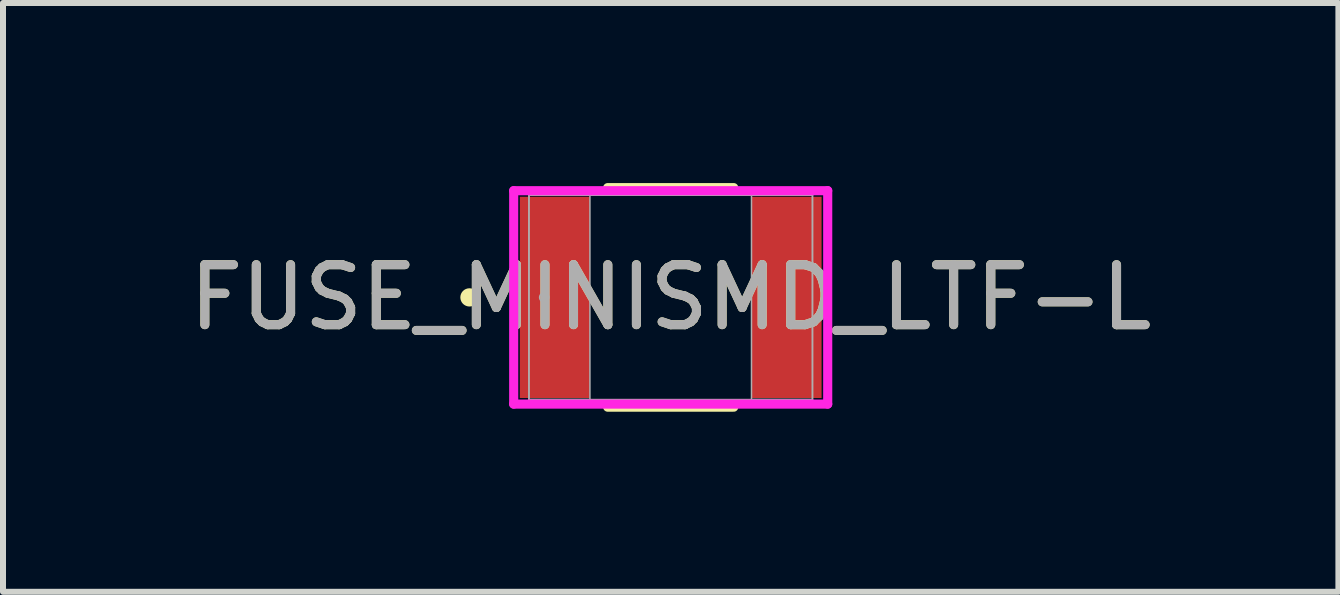
<source format=kicad_pcb>
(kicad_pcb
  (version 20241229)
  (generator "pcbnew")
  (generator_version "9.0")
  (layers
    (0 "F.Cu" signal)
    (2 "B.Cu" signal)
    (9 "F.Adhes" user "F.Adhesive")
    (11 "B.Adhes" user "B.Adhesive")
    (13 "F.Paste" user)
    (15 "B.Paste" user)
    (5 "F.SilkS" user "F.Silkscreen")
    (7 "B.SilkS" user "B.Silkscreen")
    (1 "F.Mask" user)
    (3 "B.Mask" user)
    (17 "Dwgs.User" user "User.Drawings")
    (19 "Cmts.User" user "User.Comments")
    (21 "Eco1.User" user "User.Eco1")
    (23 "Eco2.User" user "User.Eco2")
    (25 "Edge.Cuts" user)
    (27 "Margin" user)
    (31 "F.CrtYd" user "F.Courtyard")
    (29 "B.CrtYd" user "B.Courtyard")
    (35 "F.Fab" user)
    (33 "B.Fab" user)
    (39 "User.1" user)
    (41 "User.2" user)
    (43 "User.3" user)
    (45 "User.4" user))
  (footprint "FUSE_MINISMD_LTF-L"
    (layer "F.Cu")
    (at 8.125 1.905)
    (property "Reference" "FUSE_MINISMD_LTF-L" (at 0 0 0) (unlocked yes) (layer "F.SilkS") (effects (font (size 1 1) (thickness 0.15))))
    (attr smd)
    (fp_line (start -1.05 1.829) (end 1.05 1.829) (stroke (width 0.152) (type solid)) (layer "F.SilkS"))
    (fp_line (start 1.05 -1.829) (end -1.05 -1.829) (stroke (width 0.152) (type solid)) (layer "F.SilkS"))
    (fp_circle (center -3.353 0) (end -3.277 0) (stroke (width 0.152) (type solid)) (fill no) (layer "F.SilkS"))
    (fp_line (start -2.616 -1.778) (end 2.616 -1.778) (stroke (width 0.152) (type solid)) (layer "F.CrtYd"))
    (fp_line (start -2.616 1.778) (end -2.616 -1.778) (stroke (width 0.152) (type solid)) (layer "F.CrtYd"))
    (fp_line (start 2.616 -1.778) (end 2.616 1.778) (stroke (width 0.152) (type solid)) (layer "F.CrtYd"))
    (fp_line (start 2.616 1.778) (end -2.616 1.778) (stroke (width 0.152) (type solid)) (layer "F.CrtYd"))
    (fp_line (start -2.362 -1.702) (end -2.362 1.702) (stroke (width 0.025) (type solid)) (layer "F.Fab"))
    (fp_line (start -2.362 -1.702) (end -2.362 1.702) (stroke (width 0.025) (type solid)) (layer "F.Fab"))
    (fp_line (start -2.362 1.702) (end -1.346 1.702) (stroke (width 0.025) (type solid)) (layer "F.Fab"))
    (fp_line (start -2.362 1.702) (end 2.362 1.702) (stroke (width 0.025) (type solid)) (layer "F.Fab"))
    (fp_line (start -1.346 -1.702) (end -2.362 -1.702) (stroke (width 0.025) (type solid)) (layer "F.Fab"))
    (fp_line (start -1.346 1.702) (end -1.346 -1.702) (stroke (width 0.025) (type solid)) (layer "F.Fab"))
    (fp_line (start 1.346 -1.702) (end 1.346 1.702) (stroke (width 0.025) (type solid)) (layer "F.Fab"))
    (fp_line (start 1.346 1.702) (end 2.362 1.702) (stroke (width 0.025) (type solid)) (layer "F.Fab"))
    (fp_line (start 2.362 -1.702) (end -2.362 -1.702) (stroke (width 0.025) (type solid)) (layer "F.Fab"))
    (fp_line (start 2.362 -1.702) (end 1.346 -1.702) (stroke (width 0.025) (type solid)) (layer "F.Fab"))
    (fp_line (start 2.362 1.702) (end 2.362 -1.702) (stroke (width 0.025) (type solid)) (layer "F.Fab"))
    (fp_line (start 2.362 1.702) (end 2.362 -1.702) (stroke (width 0.025) (type solid)) (layer "F.Fab"))
    (fp_circle (center -2.108 0) (end -2.032 0) (stroke (width 0.025) (type solid)) (fill no) (layer "F.Fab"))
    (fp_text user "${REFERENCE}" (at 0 0 0) (unlocked yes) (layer "F.Fab") (effects (font (size 1 1) (thickness 0.15))))
    (pad "1" smd rect (at -1.93 0) (size 1.168 3.353) (layers "F.Cu" "F.Mask" "F.Paste"))
    (pad "2" smd rect (at 1.93 0) (size 1.168 3.353) (layers "F.Cu" "F.Mask" "F.Paste"))
    (zone (net_name "") (layer "F.Cu") (hatch full 0.508) (connect_pads) (min_thickness 0.254) (filled_areas_thickness no) (keepout (tracks not_allowed) (vias not_allowed) (pads allowed) (copperpour not_allowed) (footprints allowed)) (placement (enabled no)) (fill) (polygon (pts (xy 6.83 0.254) (xy 9.42 0.254) (xy 9.42 3.556) (xy 6.83 3.556)))))
  (gr_rect
    (start -3 -3)
    (end 19.25 6.81)
    (stroke (width 0.1) (type default))
    (fill no)
    (layer "Edge.Cuts")))
</source>
